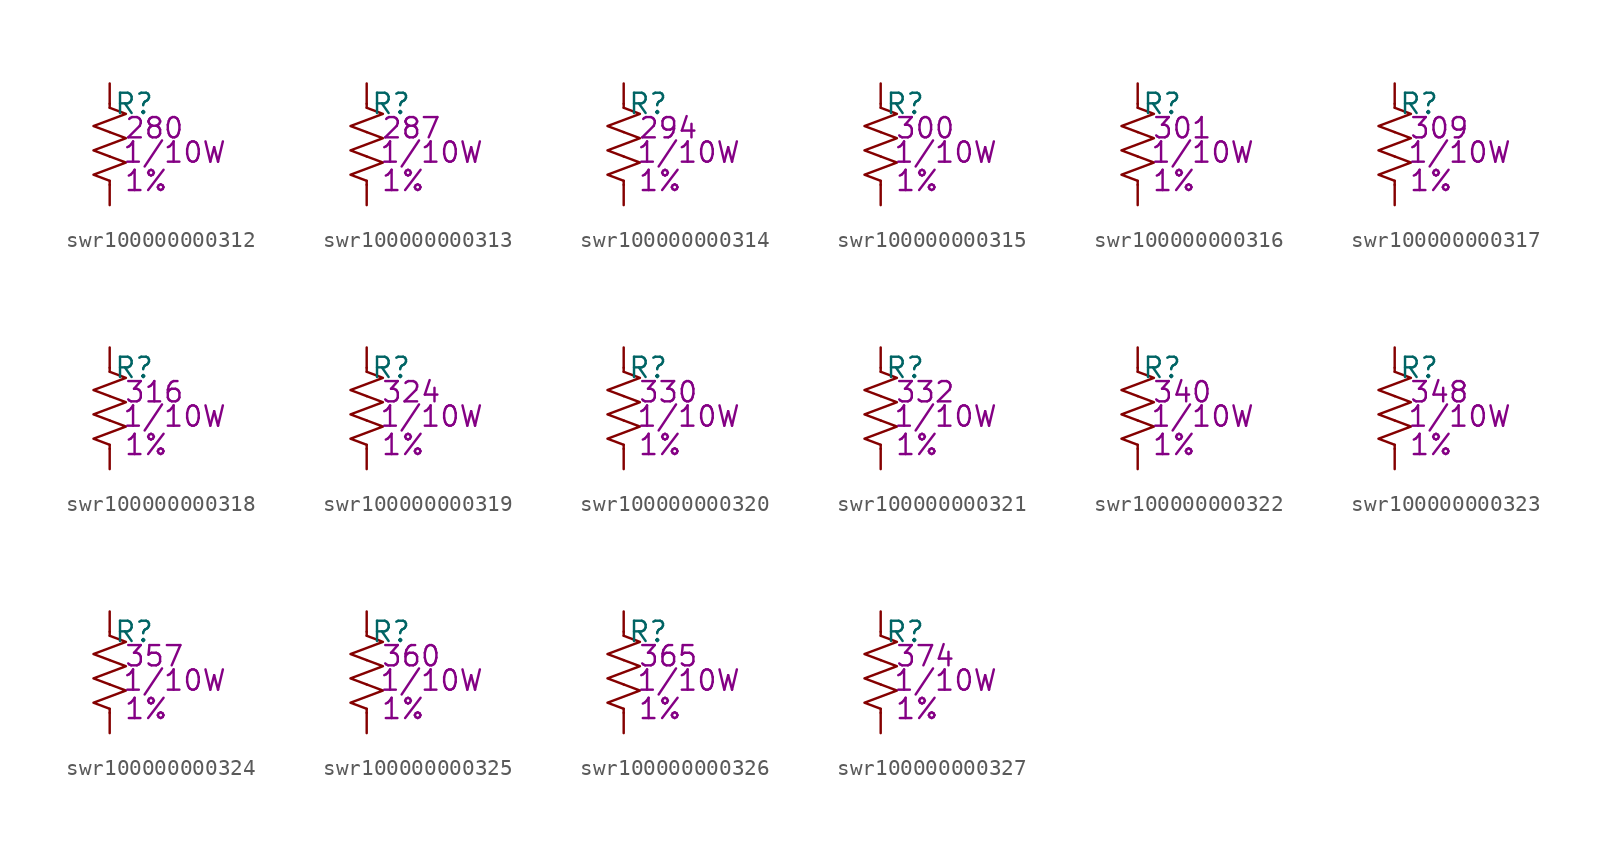
<source format=kicad_sym>
(kicad_symbol_lib
  (version 20211014)
  (generator kicad_symbol_editor)
  (symbol "swr100000000312"
    (pin_numbers hide)
    (pin_names
      (offset 1.016))
    (property "Reference" "R"
      (at 1.524 2.54 0)
      (effects (font (size 1.27 1.27))))
    (property "Tolerance" "1%"
      (at 2.286 -2.286 0)
      (effects (font (size 1.27 1.27))))
    (property "Wattage" "1/10W"
      (at 4.064 -0.508 0)
      (effects (font (size 1.27 1.27))))
    (property "PartValue" "280"
      (at 2.794 1.016 0)
      (effects (font (size 1.27 1.27))))
    (symbol "swr100000000312_1_1"
      (polyline (pts (xy 0 -2.286) (xy 0 -2.54)) (stroke (width 0) (type default) (color 0 0 0 0)) (fill (type none)))
      (polyline (pts (xy 0 2.286) (xy 0 2.54)) (stroke (width 0) (type default) (color 0 0 0 0)) (fill (type none)))
      (polyline (pts (xy 0 -0.762) (xy 1.016 -1.143) (xy 0 -1.524) (xy -1.016 -1.905) (xy 0 -2.286)) (stroke (width 0) (type default) (color 0 0 0 0)) (fill (type none)))
      (polyline (pts (xy 0 0.762) (xy 1.016 0.381) (xy 0 0) (xy -1.016 -0.381) (xy 0 -0.762)) (stroke (width 0) (type default) (color 0 0 0 0)) (fill (type none)))
      (polyline (pts (xy 0 2.286) (xy 1.016 1.905) (xy 0 1.524) (xy -1.016 1.143) (xy 0 0.762)) (stroke (width 0) (type default) (color 0 0 0 0)) (fill (type none)))
      (pin passive line (at 0 3.81 270) (length 1.27) (name "~" (effects (font (size 1.27 1.27)))) (number "1" (effects (font (size 1.27 1.27)))))
      (pin passive line (at 0 -3.81 90) (length 1.27) (name "~" (effects (font (size 1.27 1.27)))) (number "2" (effects (font (size 1.27 1.27)))))))
  (symbol "swr100000000313"
    (pin_numbers hide)
    (pin_names
      (offset 1.016))
    (property "Reference" "R"
      (at 1.524 2.54 0)
      (effects (font (size 1.27 1.27))))
    (property "Tolerance" "1%"
      (at 2.286 -2.286 0)
      (effects (font (size 1.27 1.27))))
    (property "Wattage" "1/10W"
      (at 4.064 -0.508 0)
      (effects (font (size 1.27 1.27))))
    (property "PartValue" "287"
      (at 2.794 1.016 0)
      (effects (font (size 1.27 1.27))))
    (symbol "swr100000000313_1_1"
      (polyline (pts (xy 0 -2.286) (xy 0 -2.54)) (stroke (width 0) (type default) (color 0 0 0 0)) (fill (type none)))
      (polyline (pts (xy 0 2.286) (xy 0 2.54)) (stroke (width 0) (type default) (color 0 0 0 0)) (fill (type none)))
      (polyline (pts (xy 0 -0.762) (xy 1.016 -1.143) (xy 0 -1.524) (xy -1.016 -1.905) (xy 0 -2.286)) (stroke (width 0) (type default) (color 0 0 0 0)) (fill (type none)))
      (polyline (pts (xy 0 0.762) (xy 1.016 0.381) (xy 0 0) (xy -1.016 -0.381) (xy 0 -0.762)) (stroke (width 0) (type default) (color 0 0 0 0)) (fill (type none)))
      (polyline (pts (xy 0 2.286) (xy 1.016 1.905) (xy 0 1.524) (xy -1.016 1.143) (xy 0 0.762)) (stroke (width 0) (type default) (color 0 0 0 0)) (fill (type none)))
      (pin passive line (at 0 3.81 270) (length 1.27) (name "~" (effects (font (size 1.27 1.27)))) (number "1" (effects (font (size 1.27 1.27)))))
      (pin passive line (at 0 -3.81 90) (length 1.27) (name "~" (effects (font (size 1.27 1.27)))) (number "2" (effects (font (size 1.27 1.27)))))))
  (symbol "swr100000000314"
    (pin_numbers hide)
    (pin_names
      (offset 1.016))
    (property "Reference" "R"
      (at 1.524 2.54 0)
      (effects (font (size 1.27 1.27))))
    (property "Tolerance" "1%"
      (at 2.286 -2.286 0)
      (effects (font (size 1.27 1.27))))
    (property "Wattage" "1/10W"
      (at 4.064 -0.508 0)
      (effects (font (size 1.27 1.27))))
    (property "PartValue" "294"
      (at 2.794 1.016 0)
      (effects (font (size 1.27 1.27))))
    (symbol "swr100000000314_1_1"
      (polyline (pts (xy 0 -2.286) (xy 0 -2.54)) (stroke (width 0) (type default) (color 0 0 0 0)) (fill (type none)))
      (polyline (pts (xy 0 2.286) (xy 0 2.54)) (stroke (width 0) (type default) (color 0 0 0 0)) (fill (type none)))
      (polyline (pts (xy 0 -0.762) (xy 1.016 -1.143) (xy 0 -1.524) (xy -1.016 -1.905) (xy 0 -2.286)) (stroke (width 0) (type default) (color 0 0 0 0)) (fill (type none)))
      (polyline (pts (xy 0 0.762) (xy 1.016 0.381) (xy 0 0) (xy -1.016 -0.381) (xy 0 -0.762)) (stroke (width 0) (type default) (color 0 0 0 0)) (fill (type none)))
      (polyline (pts (xy 0 2.286) (xy 1.016 1.905) (xy 0 1.524) (xy -1.016 1.143) (xy 0 0.762)) (stroke (width 0) (type default) (color 0 0 0 0)) (fill (type none)))
      (pin passive line (at 0 3.81 270) (length 1.27) (name "~" (effects (font (size 1.27 1.27)))) (number "1" (effects (font (size 1.27 1.27)))))
      (pin passive line (at 0 -3.81 90) (length 1.27) (name "~" (effects (font (size 1.27 1.27)))) (number "2" (effects (font (size 1.27 1.27)))))))
  (symbol "swr100000000315"
    (pin_numbers hide)
    (pin_names
      (offset 1.016))
    (property "Reference" "R"
      (at 1.524 2.54 0)
      (effects (font (size 1.27 1.27))))
    (property "Tolerance" "1%"
      (at 2.286 -2.286 0)
      (effects (font (size 1.27 1.27))))
    (property "Wattage" "1/10W"
      (at 4.064 -0.508 0)
      (effects (font (size 1.27 1.27))))
    (property "PartValue" "300"
      (at 2.794 1.016 0)
      (effects (font (size 1.27 1.27))))
    (symbol "swr100000000315_1_1"
      (polyline (pts (xy 0 -2.286) (xy 0 -2.54)) (stroke (width 0) (type default) (color 0 0 0 0)) (fill (type none)))
      (polyline (pts (xy 0 2.286) (xy 0 2.54)) (stroke (width 0) (type default) (color 0 0 0 0)) (fill (type none)))
      (polyline (pts (xy 0 -0.762) (xy 1.016 -1.143) (xy 0 -1.524) (xy -1.016 -1.905) (xy 0 -2.286)) (stroke (width 0) (type default) (color 0 0 0 0)) (fill (type none)))
      (polyline (pts (xy 0 0.762) (xy 1.016 0.381) (xy 0 0) (xy -1.016 -0.381) (xy 0 -0.762)) (stroke (width 0) (type default) (color 0 0 0 0)) (fill (type none)))
      (polyline (pts (xy 0 2.286) (xy 1.016 1.905) (xy 0 1.524) (xy -1.016 1.143) (xy 0 0.762)) (stroke (width 0) (type default) (color 0 0 0 0)) (fill (type none)))
      (pin passive line (at 0 3.81 270) (length 1.27) (name "~" (effects (font (size 1.27 1.27)))) (number "1" (effects (font (size 1.27 1.27)))))
      (pin passive line (at 0 -3.81 90) (length 1.27) (name "~" (effects (font (size 1.27 1.27)))) (number "2" (effects (font (size 1.27 1.27)))))))
  (symbol "swr100000000316"
    (pin_numbers hide)
    (pin_names
      (offset 1.016))
    (property "Reference" "R"
      (at 1.524 2.54 0)
      (effects (font (size 1.27 1.27))))
    (property "Tolerance" "1%"
      (at 2.286 -2.286 0)
      (effects (font (size 1.27 1.27))))
    (property "Wattage" "1/10W"
      (at 4.064 -0.508 0)
      (effects (font (size 1.27 1.27))))
    (property "PartValue" "301"
      (at 2.794 1.016 0)
      (effects (font (size 1.27 1.27))))
    (symbol "swr100000000316_1_1"
      (polyline (pts (xy 0 -2.286) (xy 0 -2.54)) (stroke (width 0) (type default) (color 0 0 0 0)) (fill (type none)))
      (polyline (pts (xy 0 2.286) (xy 0 2.54)) (stroke (width 0) (type default) (color 0 0 0 0)) (fill (type none)))
      (polyline (pts (xy 0 -0.762) (xy 1.016 -1.143) (xy 0 -1.524) (xy -1.016 -1.905) (xy 0 -2.286)) (stroke (width 0) (type default) (color 0 0 0 0)) (fill (type none)))
      (polyline (pts (xy 0 0.762) (xy 1.016 0.381) (xy 0 0) (xy -1.016 -0.381) (xy 0 -0.762)) (stroke (width 0) (type default) (color 0 0 0 0)) (fill (type none)))
      (polyline (pts (xy 0 2.286) (xy 1.016 1.905) (xy 0 1.524) (xy -1.016 1.143) (xy 0 0.762)) (stroke (width 0) (type default) (color 0 0 0 0)) (fill (type none)))
      (pin passive line (at 0 3.81 270) (length 1.27) (name "~" (effects (font (size 1.27 1.27)))) (number "1" (effects (font (size 1.27 1.27)))))
      (pin passive line (at 0 -3.81 90) (length 1.27) (name "~" (effects (font (size 1.27 1.27)))) (number "2" (effects (font (size 1.27 1.27)))))))
  (symbol "swr100000000317"
    (pin_numbers hide)
    (pin_names
      (offset 1.016))
    (property "Reference" "R"
      (at 1.524 2.54 0)
      (effects (font (size 1.27 1.27))))
    (property "Tolerance" "1%"
      (at 2.286 -2.286 0)
      (effects (font (size 1.27 1.27))))
    (property "Wattage" "1/10W"
      (at 4.064 -0.508 0)
      (effects (font (size 1.27 1.27))))
    (property "PartValue" "309"
      (at 2.794 1.016 0)
      (effects (font (size 1.27 1.27))))
    (symbol "swr100000000317_1_1"
      (polyline (pts (xy 0 -2.286) (xy 0 -2.54)) (stroke (width 0) (type default) (color 0 0 0 0)) (fill (type none)))
      (polyline (pts (xy 0 2.286) (xy 0 2.54)) (stroke (width 0) (type default) (color 0 0 0 0)) (fill (type none)))
      (polyline (pts (xy 0 -0.762) (xy 1.016 -1.143) (xy 0 -1.524) (xy -1.016 -1.905) (xy 0 -2.286)) (stroke (width 0) (type default) (color 0 0 0 0)) (fill (type none)))
      (polyline (pts (xy 0 0.762) (xy 1.016 0.381) (xy 0 0) (xy -1.016 -0.381) (xy 0 -0.762)) (stroke (width 0) (type default) (color 0 0 0 0)) (fill (type none)))
      (polyline (pts (xy 0 2.286) (xy 1.016 1.905) (xy 0 1.524) (xy -1.016 1.143) (xy 0 0.762)) (stroke (width 0) (type default) (color 0 0 0 0)) (fill (type none)))
      (pin passive line (at 0 3.81 270) (length 1.27) (name "~" (effects (font (size 1.27 1.27)))) (number "1" (effects (font (size 1.27 1.27)))))
      (pin passive line (at 0 -3.81 90) (length 1.27) (name "~" (effects (font (size 1.27 1.27)))) (number "2" (effects (font (size 1.27 1.27)))))))
  (symbol "swr100000000318"
    (pin_numbers hide)
    (pin_names
      (offset 1.016))
    (property "Reference" "R"
      (at 1.524 2.54 0)
      (effects (font (size 1.27 1.27))))
    (property "Tolerance" "1%"
      (at 2.286 -2.286 0)
      (effects (font (size 1.27 1.27))))
    (property "Wattage" "1/10W"
      (at 4.064 -0.508 0)
      (effects (font (size 1.27 1.27))))
    (property "PartValue" "316"
      (at 2.794 1.016 0)
      (effects (font (size 1.27 1.27))))
    (symbol "swr100000000318_1_1"
      (polyline (pts (xy 0 -2.286) (xy 0 -2.54)) (stroke (width 0) (type default) (color 0 0 0 0)) (fill (type none)))
      (polyline (pts (xy 0 2.286) (xy 0 2.54)) (stroke (width 0) (type default) (color 0 0 0 0)) (fill (type none)))
      (polyline (pts (xy 0 -0.762) (xy 1.016 -1.143) (xy 0 -1.524) (xy -1.016 -1.905) (xy 0 -2.286)) (stroke (width 0) (type default) (color 0 0 0 0)) (fill (type none)))
      (polyline (pts (xy 0 0.762) (xy 1.016 0.381) (xy 0 0) (xy -1.016 -0.381) (xy 0 -0.762)) (stroke (width 0) (type default) (color 0 0 0 0)) (fill (type none)))
      (polyline (pts (xy 0 2.286) (xy 1.016 1.905) (xy 0 1.524) (xy -1.016 1.143) (xy 0 0.762)) (stroke (width 0) (type default) (color 0 0 0 0)) (fill (type none)))
      (pin passive line (at 0 3.81 270) (length 1.27) (name "~" (effects (font (size 1.27 1.27)))) (number "1" (effects (font (size 1.27 1.27)))))
      (pin passive line (at 0 -3.81 90) (length 1.27) (name "~" (effects (font (size 1.27 1.27)))) (number "2" (effects (font (size 1.27 1.27)))))))
  (symbol "swr100000000319"
    (pin_numbers hide)
    (pin_names
      (offset 1.016))
    (property "Reference" "R"
      (at 1.524 2.54 0)
      (effects (font (size 1.27 1.27))))
    (property "Tolerance" "1%"
      (at 2.286 -2.286 0)
      (effects (font (size 1.27 1.27))))
    (property "Wattage" "1/10W"
      (at 4.064 -0.508 0)
      (effects (font (size 1.27 1.27))))
    (property "PartValue" "324"
      (at 2.794 1.016 0)
      (effects (font (size 1.27 1.27))))
    (symbol "swr100000000319_1_1"
      (polyline (pts (xy 0 -2.286) (xy 0 -2.54)) (stroke (width 0) (type default) (color 0 0 0 0)) (fill (type none)))
      (polyline (pts (xy 0 2.286) (xy 0 2.54)) (stroke (width 0) (type default) (color 0 0 0 0)) (fill (type none)))
      (polyline (pts (xy 0 -0.762) (xy 1.016 -1.143) (xy 0 -1.524) (xy -1.016 -1.905) (xy 0 -2.286)) (stroke (width 0) (type default) (color 0 0 0 0)) (fill (type none)))
      (polyline (pts (xy 0 0.762) (xy 1.016 0.381) (xy 0 0) (xy -1.016 -0.381) (xy 0 -0.762)) (stroke (width 0) (type default) (color 0 0 0 0)) (fill (type none)))
      (polyline (pts (xy 0 2.286) (xy 1.016 1.905) (xy 0 1.524) (xy -1.016 1.143) (xy 0 0.762)) (stroke (width 0) (type default) (color 0 0 0 0)) (fill (type none)))
      (pin passive line (at 0 3.81 270) (length 1.27) (name "~" (effects (font (size 1.27 1.27)))) (number "1" (effects (font (size 1.27 1.27)))))
      (pin passive line (at 0 -3.81 90) (length 1.27) (name "~" (effects (font (size 1.27 1.27)))) (number "2" (effects (font (size 1.27 1.27)))))))
  (symbol "swr100000000320"
    (pin_numbers hide)
    (pin_names
      (offset 1.016))
    (property "Reference" "R"
      (at 1.524 2.54 0)
      (effects (font (size 1.27 1.27))))
    (property "Tolerance" "1%"
      (at 2.286 -2.286 0)
      (effects (font (size 1.27 1.27))))
    (property "Wattage" "1/10W"
      (at 4.064 -0.508 0)
      (effects (font (size 1.27 1.27))))
    (property "PartValue" "330"
      (at 2.794 1.016 0)
      (effects (font (size 1.27 1.27))))
    (symbol "swr100000000320_1_1"
      (polyline (pts (xy 0 -2.286) (xy 0 -2.54)) (stroke (width 0) (type default) (color 0 0 0 0)) (fill (type none)))
      (polyline (pts (xy 0 2.286) (xy 0 2.54)) (stroke (width 0) (type default) (color 0 0 0 0)) (fill (type none)))
      (polyline (pts (xy 0 -0.762) (xy 1.016 -1.143) (xy 0 -1.524) (xy -1.016 -1.905) (xy 0 -2.286)) (stroke (width 0) (type default) (color 0 0 0 0)) (fill (type none)))
      (polyline (pts (xy 0 0.762) (xy 1.016 0.381) (xy 0 0) (xy -1.016 -0.381) (xy 0 -0.762)) (stroke (width 0) (type default) (color 0 0 0 0)) (fill (type none)))
      (polyline (pts (xy 0 2.286) (xy 1.016 1.905) (xy 0 1.524) (xy -1.016 1.143) (xy 0 0.762)) (stroke (width 0) (type default) (color 0 0 0 0)) (fill (type none)))
      (pin passive line (at 0 3.81 270) (length 1.27) (name "~" (effects (font (size 1.27 1.27)))) (number "1" (effects (font (size 1.27 1.27)))))
      (pin passive line (at 0 -3.81 90) (length 1.27) (name "~" (effects (font (size 1.27 1.27)))) (number "2" (effects (font (size 1.27 1.27)))))))
  (symbol "swr100000000321"
    (pin_numbers hide)
    (pin_names
      (offset 1.016))
    (property "Reference" "R"
      (at 1.524 2.54 0)
      (effects (font (size 1.27 1.27))))
    (property "Tolerance" "1%"
      (at 2.286 -2.286 0)
      (effects (font (size 1.27 1.27))))
    (property "Wattage" "1/10W"
      (at 4.064 -0.508 0)
      (effects (font (size 1.27 1.27))))
    (property "PartValue" "332"
      (at 2.794 1.016 0)
      (effects (font (size 1.27 1.27))))
    (symbol "swr100000000321_1_1"
      (polyline (pts (xy 0 -2.286) (xy 0 -2.54)) (stroke (width 0) (type default) (color 0 0 0 0)) (fill (type none)))
      (polyline (pts (xy 0 2.286) (xy 0 2.54)) (stroke (width 0) (type default) (color 0 0 0 0)) (fill (type none)))
      (polyline (pts (xy 0 -0.762) (xy 1.016 -1.143) (xy 0 -1.524) (xy -1.016 -1.905) (xy 0 -2.286)) (stroke (width 0) (type default) (color 0 0 0 0)) (fill (type none)))
      (polyline (pts (xy 0 0.762) (xy 1.016 0.381) (xy 0 0) (xy -1.016 -0.381) (xy 0 -0.762)) (stroke (width 0) (type default) (color 0 0 0 0)) (fill (type none)))
      (polyline (pts (xy 0 2.286) (xy 1.016 1.905) (xy 0 1.524) (xy -1.016 1.143) (xy 0 0.762)) (stroke (width 0) (type default) (color 0 0 0 0)) (fill (type none)))
      (pin passive line (at 0 3.81 270) (length 1.27) (name "~" (effects (font (size 1.27 1.27)))) (number "1" (effects (font (size 1.27 1.27)))))
      (pin passive line (at 0 -3.81 90) (length 1.27) (name "~" (effects (font (size 1.27 1.27)))) (number "2" (effects (font (size 1.27 1.27)))))))
  (symbol "swr100000000322"
    (pin_numbers hide)
    (pin_names
      (offset 1.016))
    (property "Reference" "R"
      (at 1.524 2.54 0)
      (effects (font (size 1.27 1.27))))
    (property "Tolerance" "1%"
      (at 2.286 -2.286 0)
      (effects (font (size 1.27 1.27))))
    (property "Wattage" "1/10W"
      (at 4.064 -0.508 0)
      (effects (font (size 1.27 1.27))))
    (property "PartValue" "340"
      (at 2.794 1.016 0)
      (effects (font (size 1.27 1.27))))
    (symbol "swr100000000322_1_1"
      (polyline (pts (xy 0 -2.286) (xy 0 -2.54)) (stroke (width 0) (type default) (color 0 0 0 0)) (fill (type none)))
      (polyline (pts (xy 0 2.286) (xy 0 2.54)) (stroke (width 0) (type default) (color 0 0 0 0)) (fill (type none)))
      (polyline (pts (xy 0 -0.762) (xy 1.016 -1.143) (xy 0 -1.524) (xy -1.016 -1.905) (xy 0 -2.286)) (stroke (width 0) (type default) (color 0 0 0 0)) (fill (type none)))
      (polyline (pts (xy 0 0.762) (xy 1.016 0.381) (xy 0 0) (xy -1.016 -0.381) (xy 0 -0.762)) (stroke (width 0) (type default) (color 0 0 0 0)) (fill (type none)))
      (polyline (pts (xy 0 2.286) (xy 1.016 1.905) (xy 0 1.524) (xy -1.016 1.143) (xy 0 0.762)) (stroke (width 0) (type default) (color 0 0 0 0)) (fill (type none)))
      (pin passive line (at 0 3.81 270) (length 1.27) (name "~" (effects (font (size 1.27 1.27)))) (number "1" (effects (font (size 1.27 1.27)))))
      (pin passive line (at 0 -3.81 90) (length 1.27) (name "~" (effects (font (size 1.27 1.27)))) (number "2" (effects (font (size 1.27 1.27)))))))
  (symbol "swr100000000323"
    (pin_numbers hide)
    (pin_names
      (offset 1.016))
    (property "Reference" "R"
      (at 1.524 2.54 0)
      (effects (font (size 1.27 1.27))))
    (property "Tolerance" "1%"
      (at 2.286 -2.286 0)
      (effects (font (size 1.27 1.27))))
    (property "Wattage" "1/10W"
      (at 4.064 -0.508 0)
      (effects (font (size 1.27 1.27))))
    (property "PartValue" "348"
      (at 2.794 1.016 0)
      (effects (font (size 1.27 1.27))))
    (symbol "swr100000000323_1_1"
      (polyline (pts (xy 0 -2.286) (xy 0 -2.54)) (stroke (width 0) (type default) (color 0 0 0 0)) (fill (type none)))
      (polyline (pts (xy 0 2.286) (xy 0 2.54)) (stroke (width 0) (type default) (color 0 0 0 0)) (fill (type none)))
      (polyline (pts (xy 0 -0.762) (xy 1.016 -1.143) (xy 0 -1.524) (xy -1.016 -1.905) (xy 0 -2.286)) (stroke (width 0) (type default) (color 0 0 0 0)) (fill (type none)))
      (polyline (pts (xy 0 0.762) (xy 1.016 0.381) (xy 0 0) (xy -1.016 -0.381) (xy 0 -0.762)) (stroke (width 0) (type default) (color 0 0 0 0)) (fill (type none)))
      (polyline (pts (xy 0 2.286) (xy 1.016 1.905) (xy 0 1.524) (xy -1.016 1.143) (xy 0 0.762)) (stroke (width 0) (type default) (color 0 0 0 0)) (fill (type none)))
      (pin passive line (at 0 3.81 270) (length 1.27) (name "~" (effects (font (size 1.27 1.27)))) (number "1" (effects (font (size 1.27 1.27)))))
      (pin passive line (at 0 -3.81 90) (length 1.27) (name "~" (effects (font (size 1.27 1.27)))) (number "2" (effects (font (size 1.27 1.27)))))))
  (symbol "swr100000000324"
    (pin_numbers hide)
    (pin_names
      (offset 1.016))
    (property "Reference" "R"
      (at 1.524 2.54 0)
      (effects (font (size 1.27 1.27))))
    (property "Tolerance" "1%"
      (at 2.286 -2.286 0)
      (effects (font (size 1.27 1.27))))
    (property "Wattage" "1/10W"
      (at 4.064 -0.508 0)
      (effects (font (size 1.27 1.27))))
    (property "PartValue" "357"
      (at 2.794 1.016 0)
      (effects (font (size 1.27 1.27))))
    (symbol "swr100000000324_1_1"
      (polyline (pts (xy 0 -2.286) (xy 0 -2.54)) (stroke (width 0) (type default) (color 0 0 0 0)) (fill (type none)))
      (polyline (pts (xy 0 2.286) (xy 0 2.54)) (stroke (width 0) (type default) (color 0 0 0 0)) (fill (type none)))
      (polyline (pts (xy 0 -0.762) (xy 1.016 -1.143) (xy 0 -1.524) (xy -1.016 -1.905) (xy 0 -2.286)) (stroke (width 0) (type default) (color 0 0 0 0)) (fill (type none)))
      (polyline (pts (xy 0 0.762) (xy 1.016 0.381) (xy 0 0) (xy -1.016 -0.381) (xy 0 -0.762)) (stroke (width 0) (type default) (color 0 0 0 0)) (fill (type none)))
      (polyline (pts (xy 0 2.286) (xy 1.016 1.905) (xy 0 1.524) (xy -1.016 1.143) (xy 0 0.762)) (stroke (width 0) (type default) (color 0 0 0 0)) (fill (type none)))
      (pin passive line (at 0 3.81 270) (length 1.27) (name "~" (effects (font (size 1.27 1.27)))) (number "1" (effects (font (size 1.27 1.27)))))
      (pin passive line (at 0 -3.81 90) (length 1.27) (name "~" (effects (font (size 1.27 1.27)))) (number "2" (effects (font (size 1.27 1.27)))))))
  (symbol "swr100000000325"
    (pin_numbers hide)
    (pin_names
      (offset 1.016))
    (property "Reference" "R"
      (at 1.524 2.54 0)
      (effects (font (size 1.27 1.27))))
    (property "Tolerance" "1%"
      (at 2.286 -2.286 0)
      (effects (font (size 1.27 1.27))))
    (property "Wattage" "1/10W"
      (at 4.064 -0.508 0)
      (effects (font (size 1.27 1.27))))
    (property "PartValue" "360"
      (at 2.794 1.016 0)
      (effects (font (size 1.27 1.27))))
    (symbol "swr100000000325_1_1"
      (polyline (pts (xy 0 -2.286) (xy 0 -2.54)) (stroke (width 0) (type default) (color 0 0 0 0)) (fill (type none)))
      (polyline (pts (xy 0 2.286) (xy 0 2.54)) (stroke (width 0) (type default) (color 0 0 0 0)) (fill (type none)))
      (polyline (pts (xy 0 -0.762) (xy 1.016 -1.143) (xy 0 -1.524) (xy -1.016 -1.905) (xy 0 -2.286)) (stroke (width 0) (type default) (color 0 0 0 0)) (fill (type none)))
      (polyline (pts (xy 0 0.762) (xy 1.016 0.381) (xy 0 0) (xy -1.016 -0.381) (xy 0 -0.762)) (stroke (width 0) (type default) (color 0 0 0 0)) (fill (type none)))
      (polyline (pts (xy 0 2.286) (xy 1.016 1.905) (xy 0 1.524) (xy -1.016 1.143) (xy 0 0.762)) (stroke (width 0) (type default) (color 0 0 0 0)) (fill (type none)))
      (pin passive line (at 0 3.81 270) (length 1.27) (name "~" (effects (font (size 1.27 1.27)))) (number "1" (effects (font (size 1.27 1.27)))))
      (pin passive line (at 0 -3.81 90) (length 1.27) (name "~" (effects (font (size 1.27 1.27)))) (number "2" (effects (font (size 1.27 1.27)))))))
  (symbol "swr100000000326"
    (pin_numbers hide)
    (pin_names
      (offset 1.016))
    (property "Reference" "R"
      (at 1.524 2.54 0)
      (effects (font (size 1.27 1.27))))
    (property "Tolerance" "1%"
      (at 2.286 -2.286 0)
      (effects (font (size 1.27 1.27))))
    (property "Wattage" "1/10W"
      (at 4.064 -0.508 0)
      (effects (font (size 1.27 1.27))))
    (property "PartValue" "365"
      (at 2.794 1.016 0)
      (effects (font (size 1.27 1.27))))
    (symbol "swr100000000326_1_1"
      (polyline (pts (xy 0 -2.286) (xy 0 -2.54)) (stroke (width 0) (type default) (color 0 0 0 0)) (fill (type none)))
      (polyline (pts (xy 0 2.286) (xy 0 2.54)) (stroke (width 0) (type default) (color 0 0 0 0)) (fill (type none)))
      (polyline (pts (xy 0 -0.762) (xy 1.016 -1.143) (xy 0 -1.524) (xy -1.016 -1.905) (xy 0 -2.286)) (stroke (width 0) (type default) (color 0 0 0 0)) (fill (type none)))
      (polyline (pts (xy 0 0.762) (xy 1.016 0.381) (xy 0 0) (xy -1.016 -0.381) (xy 0 -0.762)) (stroke (width 0) (type default) (color 0 0 0 0)) (fill (type none)))
      (polyline (pts (xy 0 2.286) (xy 1.016 1.905) (xy 0 1.524) (xy -1.016 1.143) (xy 0 0.762)) (stroke (width 0) (type default) (color 0 0 0 0)) (fill (type none)))
      (pin passive line (at 0 3.81 270) (length 1.27) (name "~" (effects (font (size 1.27 1.27)))) (number "1" (effects (font (size 1.27 1.27)))))
      (pin passive line (at 0 -3.81 90) (length 1.27) (name "~" (effects (font (size 1.27 1.27)))) (number "2" (effects (font (size 1.27 1.27)))))))
  (symbol "swr100000000327"
    (pin_numbers hide)
    (pin_names
      (offset 1.016))
    (property "Reference" "R"
      (at 1.524 2.54 0)
      (effects (font (size 1.27 1.27))))
    (property "Tolerance" "1%"
      (at 2.286 -2.286 0)
      (effects (font (size 1.27 1.27))))
    (property "Wattage" "1/10W"
      (at 4.064 -0.508 0)
      (effects (font (size 1.27 1.27))))
    (property "PartValue" "374"
      (at 2.794 1.016 0)
      (effects (font (size 1.27 1.27))))
    (symbol "swr100000000327_1_1"
      (polyline (pts (xy 0 -2.286) (xy 0 -2.54)) (stroke (width 0) (type default) (color 0 0 0 0)) (fill (type none)))
      (polyline (pts (xy 0 2.286) (xy 0 2.54)) (stroke (width 0) (type default) (color 0 0 0 0)) (fill (type none)))
      (polyline (pts (xy 0 -0.762) (xy 1.016 -1.143) (xy 0 -1.524) (xy -1.016 -1.905) (xy 0 -2.286)) (stroke (width 0) (type default) (color 0 0 0 0)) (fill (type none)))
      (polyline (pts (xy 0 0.762) (xy 1.016 0.381) (xy 0 0) (xy -1.016 -0.381) (xy 0 -0.762)) (stroke (width 0) (type default) (color 0 0 0 0)) (fill (type none)))
      (polyline (pts (xy 0 2.286) (xy 1.016 1.905) (xy 0 1.524) (xy -1.016 1.143) (xy 0 0.762)) (stroke (width 0) (type default) (color 0 0 0 0)) (fill (type none)))
      (pin passive line (at 0 3.81 270) (length 1.27) (name "~" (effects (font (size 1.27 1.27)))) (number "1" (effects (font (size 1.27 1.27)))))
      (pin passive line (at 0 -3.81 90) (length 1.27) (name "~" (effects (font (size 1.27 1.27)))) (number "2" (effects (font (size 1.27 1.27))))))))
</source>
